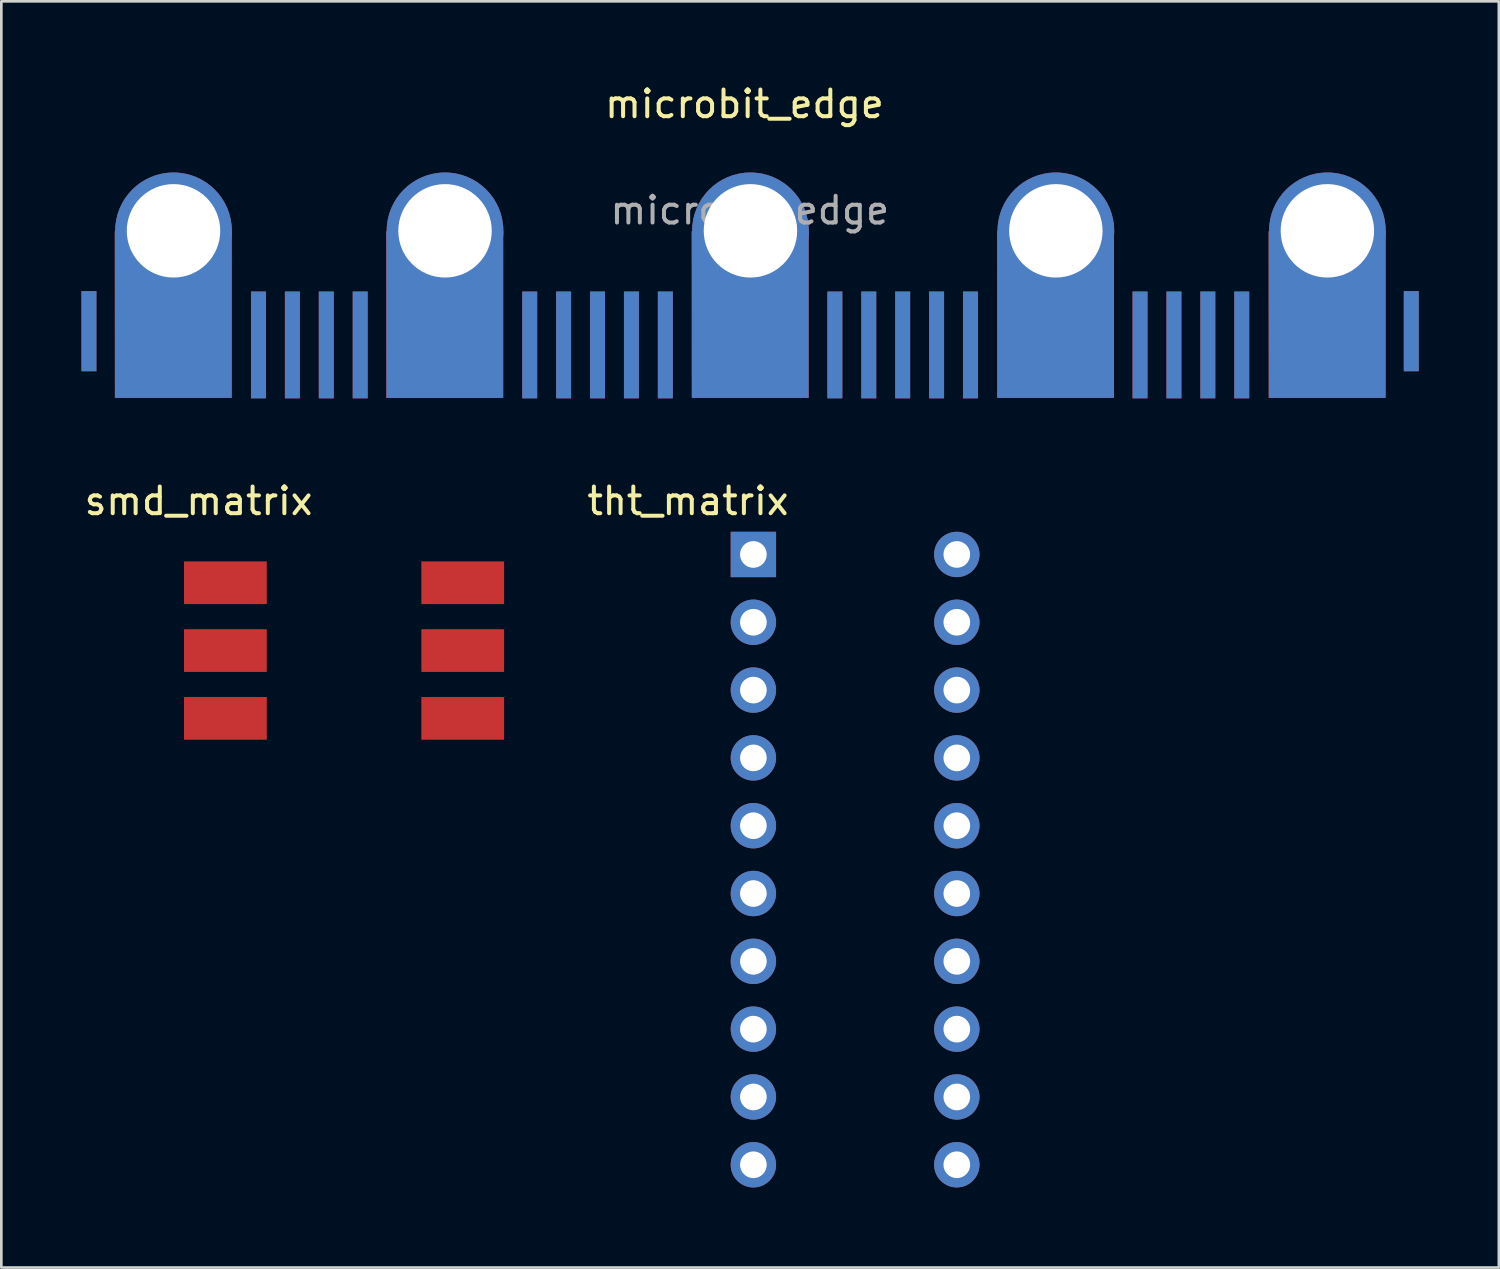
<source format=kicad_pcb>
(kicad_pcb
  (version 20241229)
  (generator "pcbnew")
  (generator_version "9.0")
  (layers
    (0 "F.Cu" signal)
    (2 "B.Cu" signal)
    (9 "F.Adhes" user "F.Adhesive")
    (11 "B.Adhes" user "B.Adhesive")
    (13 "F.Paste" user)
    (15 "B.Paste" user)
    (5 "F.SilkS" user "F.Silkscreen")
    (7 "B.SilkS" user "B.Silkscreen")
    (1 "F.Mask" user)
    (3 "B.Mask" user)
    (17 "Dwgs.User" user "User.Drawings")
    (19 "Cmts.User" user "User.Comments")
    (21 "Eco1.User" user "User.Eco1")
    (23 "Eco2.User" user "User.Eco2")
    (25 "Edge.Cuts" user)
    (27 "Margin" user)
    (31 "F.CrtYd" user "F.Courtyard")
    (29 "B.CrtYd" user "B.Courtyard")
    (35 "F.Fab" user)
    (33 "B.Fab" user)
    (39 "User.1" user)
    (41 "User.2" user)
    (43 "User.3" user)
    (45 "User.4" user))
  (footprint "microbit_edge"
    (layer "F.Cu")
    (at 25.146 5.606)
    (property "Reference" "microbit_edge" (at -0.31 -4.758 0) (layer "F.SilkS") (effects (font (size 1 1) (thickness 0.15))))
    (attr through_hole)
    (fp_poly (pts (xy -23.891 6.246) (xy -23.894 0.005) (xy -19.52 0) (xy -19.52 6.246)) (stroke (width 0) (type solid)) (fill yes) (layer "F.Cu"))
    (fp_poly (pts (xy -23.891 6.246) (xy -23.894 0.005) (xy -19.52 0) (xy -19.52 6.246)) (stroke (width 0) (type solid)) (fill yes) (layer "F.Cu"))
    (fp_poly (pts (xy -13.721 6.246) (xy -13.724 0.005) (xy -9.35 0) (xy -9.35 6.246)) (stroke (width 0) (type solid)) (fill yes) (layer "F.Cu"))
    (fp_poly (pts (xy -13.721 6.246) (xy -13.724 0.005) (xy -9.35 0) (xy -9.35 6.246)) (stroke (width 0) (type solid)) (fill yes) (layer "F.Cu"))
    (fp_poly (pts (xy -2.281 6.246) (xy -2.284 0.005) (xy 2.09 0) (xy 2.09 6.246)) (stroke (width 0) (type solid)) (fill yes) (layer "F.Cu"))
    (fp_poly (pts (xy -2.281 6.246) (xy -2.284 0.005) (xy 2.09 0) (xy 2.09 6.246)) (stroke (width 0) (type solid)) (fill yes) (layer "F.Cu"))
    (fp_poly (pts (xy 9.159 6.246) (xy 9.156 0.005) (xy 13.53 0) (xy 13.53 6.246)) (stroke (width 0) (type solid)) (fill yes) (layer "F.Cu"))
    (fp_poly (pts (xy 9.159 6.246) (xy 9.156 0.005) (xy 13.53 0) (xy 13.53 6.246)) (stroke (width 0) (type solid)) (fill yes) (layer "F.Cu"))
    (fp_poly (pts (xy 19.329 6.246) (xy 19.326 0.005) (xy 23.7 0) (xy 23.7 6.246)) (stroke (width 0) (type solid)) (fill yes) (layer "F.Cu"))
    (fp_poly (pts (xy 19.329 6.246) (xy 19.326 0.005) (xy 23.7 0) (xy 23.7 6.246)) (stroke (width 0) (type solid)) (fill yes) (layer "F.Cu"))
    (fp_poly (pts (xy -23.876 6.264) (xy -23.879 0.023) (xy -19.505 0.018) (xy -19.505 6.264)) (stroke (width 0) (type solid)) (fill yes) (layer "F.Mask"))
    (fp_poly (pts (xy -13.754 6.251) (xy -13.757 0.01) (xy -9.383 0.005) (xy -9.383 6.251)) (stroke (width 0) (type solid)) (fill yes) (layer "F.Mask"))
    (fp_poly (pts (xy -2.355 6.246) (xy -2.357 0.005) (xy 2.017 0) (xy 2.017 6.246)) (stroke (width 0) (type solid)) (fill yes) (layer "F.Mask"))
    (fp_poly (pts (xy 9.06 6.246) (xy 9.057 0.005) (xy 13.431 0) (xy 13.431 6.246)) (stroke (width 0) (type solid)) (fill yes) (layer "F.Mask"))
    (fp_poly (pts (xy 19.225 6.246) (xy 19.223 0.005) (xy 23.596 0) (xy 23.596 6.246)) (stroke (width 0) (type solid)) (fill yes) (layer "F.Mask"))
    (fp_poly (pts (xy -23.891 6.246) (xy -23.894 0.005) (xy -19.52 0) (xy -19.52 6.246)) (stroke (width 0) (type solid)) (fill yes) (layer "B.Cu"))
    (fp_poly (pts (xy -13.721 6.25) (xy -13.724 0.009) (xy -9.35 0.004) (xy -9.35 6.25)) (stroke (width 0) (type solid)) (fill yes) (layer "B.Cu"))
    (fp_poly (pts (xy -2.281 6.246) (xy -2.284 0.005) (xy 2.09 0) (xy 2.09 6.246)) (stroke (width 0) (type solid)) (fill yes) (layer "B.Cu"))
    (fp_poly (pts (xy 9.159 6.246) (xy 9.156 0.005) (xy 13.53 0) (xy 13.53 6.246)) (stroke (width 0) (type solid)) (fill yes) (layer "B.Cu"))
    (fp_poly (pts (xy 19.329 6.246) (xy 19.326 0.005) (xy 23.7 0) (xy 23.7 6.246)) (stroke (width 0) (type solid)) (fill yes) (layer "B.Cu"))
    (fp_poly (pts (xy -23.891 6.246) (xy -23.894 0.005) (xy -19.52 0) (xy -19.52 6.246)) (stroke (width 0) (type solid)) (fill yes) (layer "B.Mask"))
    (fp_poly (pts (xy -13.721 6.25) (xy -13.724 0.009) (xy -9.35 0.004) (xy -9.35 6.25)) (stroke (width 0) (type solid)) (fill yes) (layer "B.Mask"))
    (fp_poly (pts (xy -2.281 6.246) (xy -2.284 0.005) (xy 2.09 0) (xy 2.09 6.246)) (stroke (width 0) (type solid)) (fill yes) (layer "B.Mask"))
    (fp_poly (pts (xy 9.159 6.246) (xy 9.156 0.005) (xy 13.53 0) (xy 13.53 6.246)) (stroke (width 0) (type solid)) (fill yes) (layer "B.Mask"))
    (fp_poly (pts (xy 19.329 6.246) (xy 19.326 0.005) (xy 23.7 0) (xy 23.7 6.246)) (stroke (width 0) (type solid)) (fill yes) (layer "B.Mask"))
    (fp_text user "${REFERENCE}" (at -0.111 -0.776 0) (layer "F.Fab") (effects (font (size 1 1) (thickness 0.15))))
    (pad "1" thru_hole circle (at -21.697 -0.01) (size 4.37 4.37) (drill 3.5) (layers "*.Cu" "*.Mask"))
    (pad "2" thru_hole circle (at -11.527 -0.01) (size 4.37 4.37) (drill 3.5) (layers "*.Cu" "*.Mask"))
    (pad "3" thru_hole circle (at -0.087 -0.01) (size 4.37 4.37) (drill 3.5) (layers "*.Cu" "*.Mask"))
    (pad "4" thru_hole circle (at 11.353 -0.01) (size 4.37 4.37) (drill 3.5) (layers "*.Cu" "*.Mask"))
    (pad "5" thru_hole circle (at 21.523 -0.01) (size 4.37 4.37) (drill 3.5) (layers "*.Cu" "*.Mask"))
    (pad "6" connect rect (at -24.866 3.75) (size 0.56 3) (layers "F.Cu" "F.Mask"))
    (pad "6" connect rect (at -24.864 3.75 180) (size 0.56 3) (layers "B.Cu" "B.Mask"))
    (pad "7" connect rect (at -18.516 4.264) (size 0.56 4) (layers "F.Cu" "F.Mask"))
    (pad "7" connect rect (at -18.514 4.264 180) (size 0.56 4) (layers "B.Cu" "B.Mask"))
    (pad "8" connect rect (at -17.246 4.264) (size 0.56 4) (layers "F.Cu" "F.Mask"))
    (pad "8" connect rect (at -17.244 4.264 180) (size 0.56 4) (layers "B.Cu" "B.Mask"))
    (pad "9" connect rect (at -15.976 4.264) (size 0.56 4) (layers "F.Cu" "F.Mask"))
    (pad "9" connect rect (at -15.974 4.264 180) (size 0.56 4) (layers "B.Cu" "B.Mask"))
    (pad "10" connect rect (at -14.706 4.264) (size 0.56 4) (layers "F.Cu" "F.Mask"))
    (pad "10" connect rect (at -14.704 4.264 180) (size 0.56 4) (layers "B.Cu" "B.Mask"))
    (pad "11" connect rect (at -8.356 4.264) (size 0.56 4) (layers "F.Cu" "F.Mask"))
    (pad "11" connect rect (at -8.354 4.264 180) (size 0.56 4) (layers "B.Cu" "B.Mask"))
    (pad "12" connect rect (at -7.086 4.264) (size 0.56 4) (layers "F.Cu" "F.Mask"))
    (pad "12" connect rect (at -7.084 4.264 180) (size 0.56 4) (layers "B.Cu" "B.Mask"))
    (pad "13" connect rect (at -5.816 4.264) (size 0.56 4) (layers "F.Cu" "F.Mask"))
    (pad "13" connect rect (at -5.814 4.264 180) (size 0.56 4) (layers "B.Cu" "B.Mask"))
    (pad "14" connect rect (at -4.546 4.264) (size 0.56 4) (layers "F.Cu" "F.Mask"))
    (pad "14" connect rect (at -4.544 4.264 180) (size 0.56 4) (layers "B.Cu" "B.Mask"))
    (pad "15" connect rect (at -3.276 4.264) (size 0.56 4) (layers "F.Cu" "F.Mask"))
    (pad "15" connect rect (at -3.274 4.264 180) (size 0.56 4) (layers "B.Cu" "B.Mask"))
    (pad "16" connect rect (at 3.074 4.264) (size 0.56 4) (layers "F.Cu" "F.Mask"))
    (pad "16" connect rect (at 3.076 4.264 180) (size 0.56 4) (layers "B.Cu" "B.Mask"))
    (pad "17" connect rect (at 4.344 4.264) (size 0.56 4) (layers "F.Cu" "F.Mask"))
    (pad "17" connect rect (at 4.346 4.264 180) (size 0.56 4) (layers "B.Cu" "B.Mask"))
    (pad "18" connect rect (at 5.614 4.264) (size 0.56 4) (layers "F.Cu" "F.Mask"))
    (pad "18" connect rect (at 5.616 4.264 180) (size 0.56 4) (layers "B.Cu" "B.Mask"))
    (pad "19" connect rect (at 6.884 4.264) (size 0.56 4) (layers "F.Cu" "F.Mask"))
    (pad "19" connect rect (at 6.886 4.264 180) (size 0.56 4) (layers "B.Cu" "B.Mask"))
    (pad "20" connect rect (at 8.154 4.264) (size 0.56 4) (layers "F.Cu" "F.Mask"))
    (pad "20" connect rect (at 8.156 4.264 180) (size 0.56 4) (layers "B.Cu" "B.Mask"))
    (pad "21" connect rect (at 14.504 4.264) (size 0.56 4) (layers "F.Cu" "F.Mask"))
    (pad "21" connect rect (at 14.506 4.264 180) (size 0.56 4) (layers "B.Cu" "B.Mask"))
    (pad "22" connect rect (at 15.774 4.264) (size 0.56 4) (layers "F.Cu" "F.Mask"))
    (pad "22" connect rect (at 15.776 4.264 180) (size 0.56 4) (layers "B.Cu" "B.Mask"))
    (pad "23" connect rect (at 17.044 4.264) (size 0.56 4) (layers "F.Cu" "F.Mask"))
    (pad "23" connect rect (at 17.046 4.264 180) (size 0.56 4) (layers "B.Cu" "B.Mask"))
    (pad "24" connect rect (at 18.314 4.264) (size 0.56 4) (layers "F.Cu" "F.Mask"))
    (pad "24" connect rect (at 18.316 4.264 180) (size 0.56 4) (layers "B.Cu" "B.Mask"))
    (pad "25" connect rect (at 24.664 3.75) (size 0.56 3) (layers "F.Cu" "F.Mask"))
    (pad "25" connect rect (at 24.666 3.75 180) (size 0.56 3) (layers "B.Cu" "B.Mask")))
  (footprint "smd_matrix"
    (layer "F.Cu")
    (at 4.387 15.218)
    (property "Reference" "smd_matrix" (at 0 0.5 0) (layer "F.SilkS") (effects (font (size 1 1) (thickness 0.15))))
    (attr through_hole)
    (pad "1" smd rect (at 1.005 3.56) (size 3.1 1.6) (layers "F.Cu" "F.Mask" "F.Paste"))
    (pad "2" smd rect (at 1.005 6.1) (size 3.1 1.6) (layers "F.Cu" "F.Mask" "F.Paste"))
    (pad "3" smd rect (at 1.005 8.64) (size 3.1 1.6) (layers "F.Cu" "F.Mask" "F.Paste"))
    (pad "4" smd rect (at 9.895 8.64) (size 3.1 1.6) (layers "F.Cu" "F.Mask" "F.Paste"))
    (pad "5" smd rect (at 9.895 6.1) (size 3.1 1.6) (layers "F.Cu" "F.Mask" "F.Paste"))
    (pad "6" smd rect (at 9.895 3.56) (size 3.1 1.6) (layers "F.Cu" "F.Mask" "F.Paste")))
  (footprint "tht_matrix"
    (layer "F.Cu")
    (at 22.719 15.218)
    (property "Reference" "tht_matrix" (at 0 0.5 0) (layer "F.SilkS") (effects (font (size 1 1) (thickness 0.15))))
    (attr through_hole)
    (pad "1" thru_hole rect (at 2.45 2.5) (size 1.7 1.7) (drill 1) (layers "*.Cu" "*.Mask"))
    (pad "2" thru_hole oval (at 2.45 5.04) (size 1.7 1.7) (drill 1) (layers "*.Cu" "*.Mask"))
    (pad "3" thru_hole oval (at 2.45 7.58) (size 1.7 1.7) (drill 1) (layers "*.Cu" "*.Mask"))
    (pad "4" thru_hole oval (at 2.45 10.12) (size 1.7 1.7) (drill 1) (layers "*.Cu" "*.Mask"))
    (pad "5" thru_hole oval (at 2.45 12.66) (size 1.7 1.7) (drill 1) (layers "*.Cu" "*.Mask"))
    (pad "6" thru_hole oval (at 2.45 15.2) (size 1.7 1.7) (drill 1) (layers "*.Cu" "*.Mask"))
    (pad "7" thru_hole oval (at 2.45 17.74) (size 1.7 1.7) (drill 1) (layers "*.Cu" "*.Mask"))
    (pad "8" thru_hole oval (at 2.45 20.28) (size 1.7 1.7) (drill 1) (layers "*.Cu" "*.Mask"))
    (pad "9" thru_hole oval (at 2.45 22.82) (size 1.7 1.7) (drill 1) (layers "*.Cu" "*.Mask"))
    (pad "10" thru_hole oval (at 2.45 25.36) (size 1.7 1.7) (drill 1) (layers "*.Cu" "*.Mask"))
    (pad "11" thru_hole oval (at 10.07 25.36) (size 1.7 1.7) (drill 1) (layers "*.Cu" "*.Mask"))
    (pad "12" thru_hole oval (at 10.07 22.82) (size 1.7 1.7) (drill 1) (layers "*.Cu" "*.Mask"))
    (pad "13" thru_hole oval (at 10.07 20.28) (size 1.7 1.7) (drill 1) (layers "*.Cu" "*.Mask"))
    (pad "14" thru_hole oval (at 10.07 17.74) (size 1.7 1.7) (drill 1) (layers "*.Cu" "*.Mask"))
    (pad "15" thru_hole oval (at 10.07 15.2) (size 1.7 1.7) (drill 1) (layers "*.Cu" "*.Mask"))
    (pad "16" thru_hole oval (at 10.07 12.66) (size 1.7 1.7) (drill 1) (layers "*.Cu" "*.Mask"))
    (pad "17" thru_hole oval (at 10.07 10.12) (size 1.7 1.7) (drill 1) (layers "*.Cu" "*.Mask"))
    (pad "18" thru_hole oval (at 10.07 7.58) (size 1.7 1.7) (drill 1) (layers "*.Cu" "*.Mask"))
    (pad "19" thru_hole oval (at 10.07 5.04) (size 1.7 1.7) (drill 1) (layers "*.Cu" "*.Mask"))
    (pad "20" thru_hole oval (at 10.07 2.5) (size 1.7 1.7) (drill 1) (layers "*.Cu" "*.Mask")))
  (gr_rect
    (start -3 -3)
    (end 53.092 44.428)
    (stroke (width 0.1) (type default))
    (fill no)
    (layer "Edge.Cuts")))
</source>
